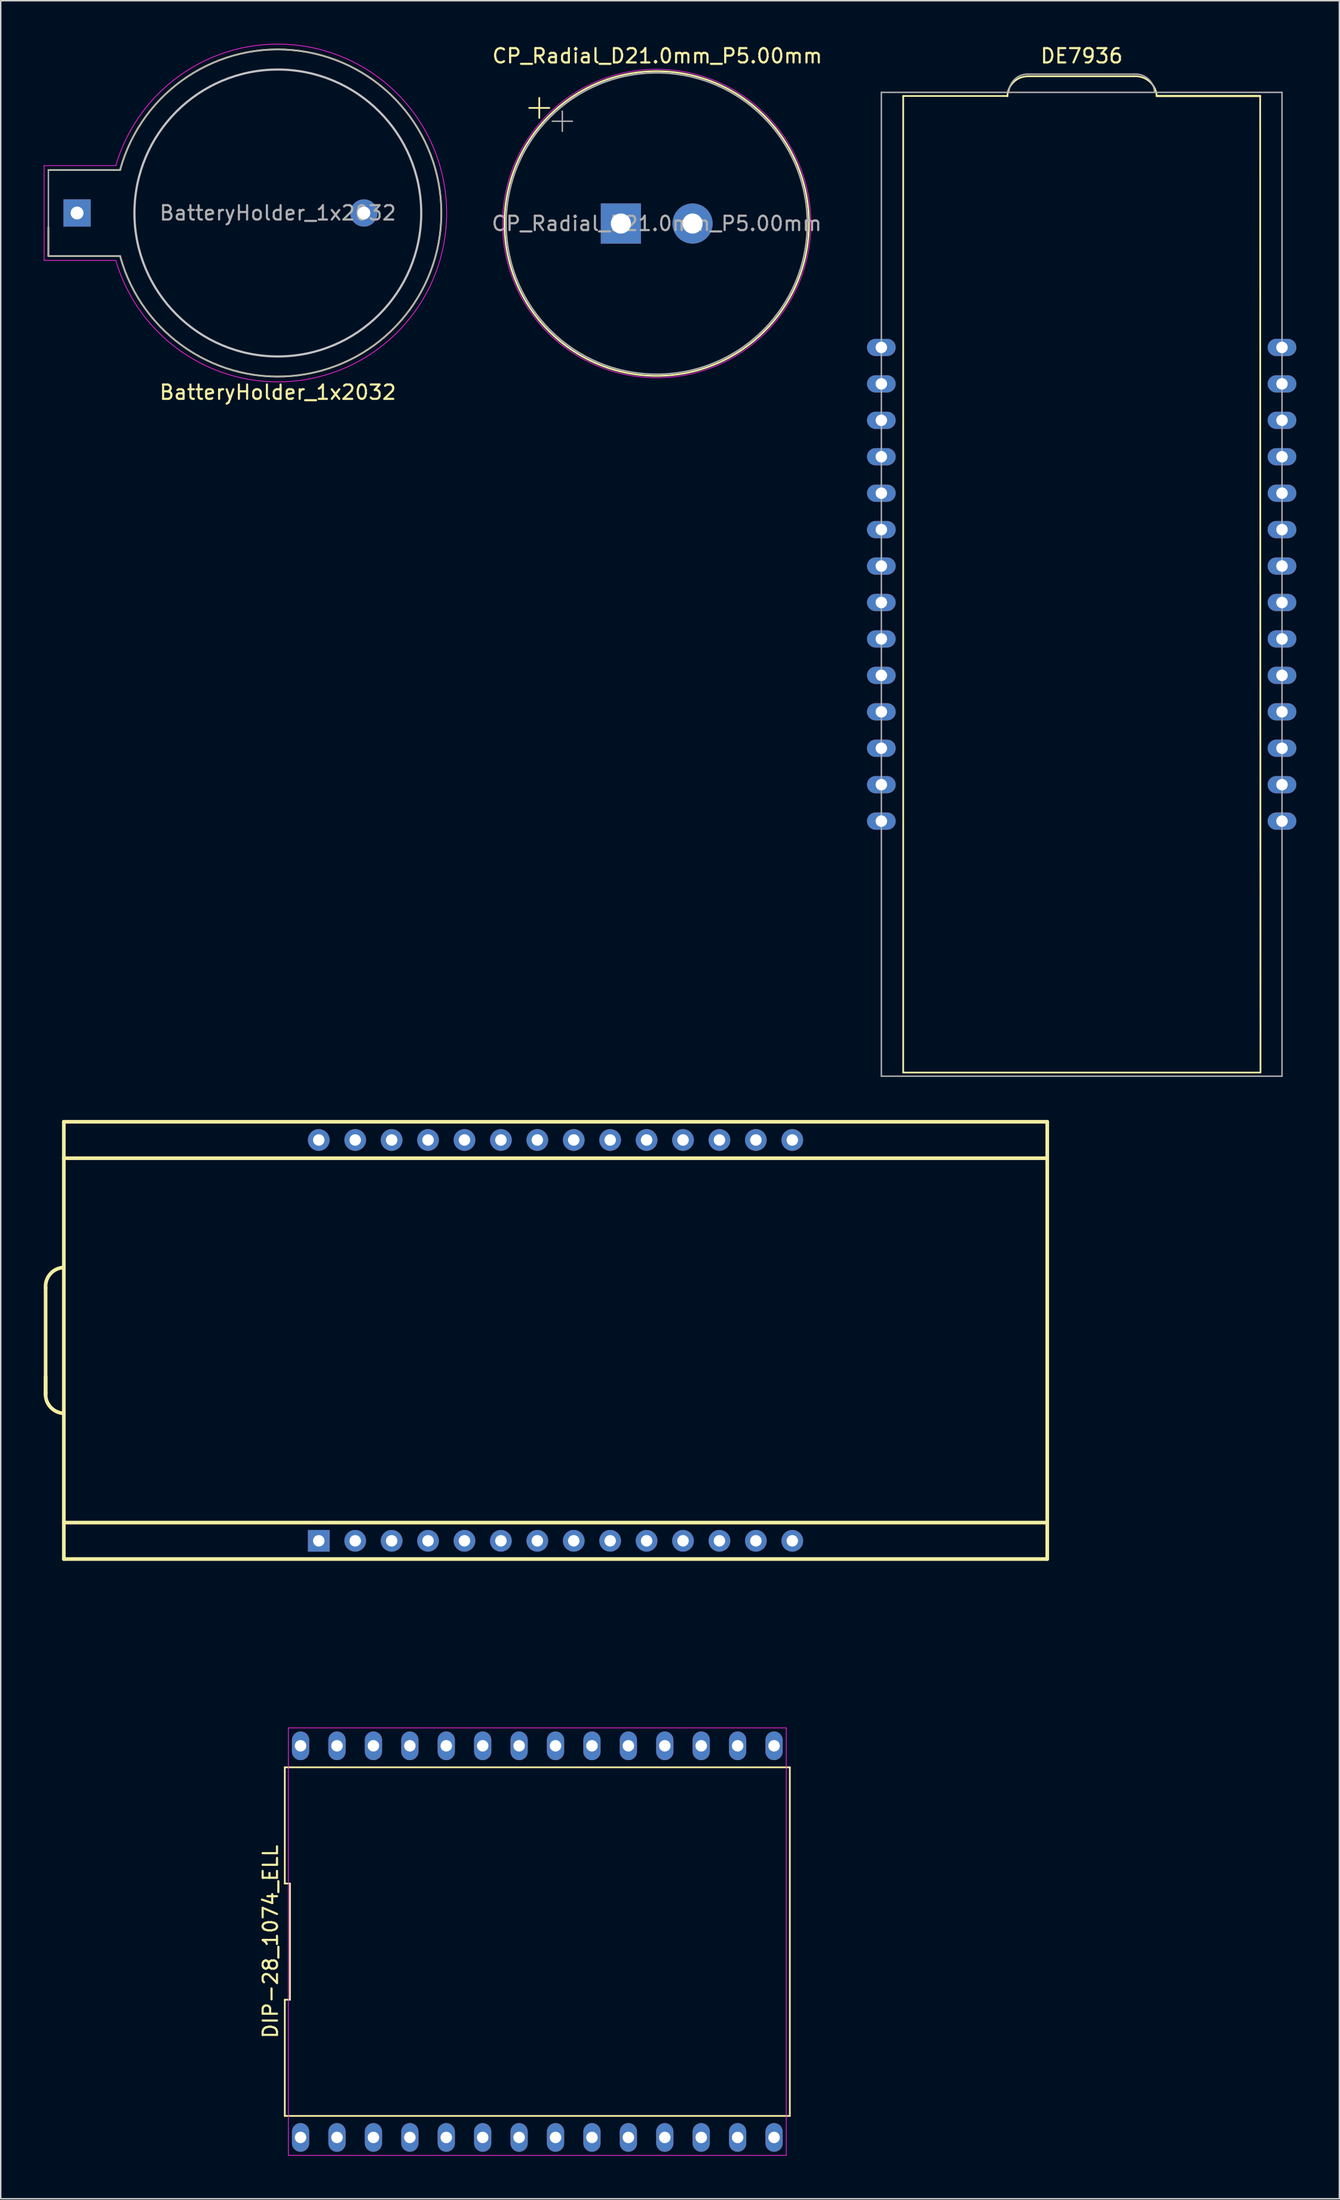
<source format=kicad_pcb>
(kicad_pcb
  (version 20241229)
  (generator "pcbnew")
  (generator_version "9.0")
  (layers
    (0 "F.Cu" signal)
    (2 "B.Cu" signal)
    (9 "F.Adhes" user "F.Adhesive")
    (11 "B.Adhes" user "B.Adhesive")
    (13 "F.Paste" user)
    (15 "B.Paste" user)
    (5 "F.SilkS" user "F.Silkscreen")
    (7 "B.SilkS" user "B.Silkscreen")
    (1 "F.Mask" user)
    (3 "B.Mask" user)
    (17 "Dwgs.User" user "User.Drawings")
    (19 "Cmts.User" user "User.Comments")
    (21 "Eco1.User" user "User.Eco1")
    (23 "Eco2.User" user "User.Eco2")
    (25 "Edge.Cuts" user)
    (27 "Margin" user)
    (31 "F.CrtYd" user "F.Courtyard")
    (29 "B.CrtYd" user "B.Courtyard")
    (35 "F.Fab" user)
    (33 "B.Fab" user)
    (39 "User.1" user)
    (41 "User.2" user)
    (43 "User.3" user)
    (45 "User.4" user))
  (footprint "CP_Radial_D21.0mm_P5.00mm"
    (layer "F.Cu")
    (at 40.247 12.532)
    (property "Reference" "CP_Radial_D21.0mm_P5.00mm" (at 2.54 -11.684 0) (layer "F.SilkS") (effects (font (size 1 1) (thickness 0.15))))
    (attr through_hole)
    (fp_line (start -6.39 -8.059) (end -4.99 -8.059) (stroke (width 0.12) (type solid)) (layer "F.SilkS"))
    (fp_line (start -5.69 -8.759) (end -5.69 -7.359) (stroke (width 0.12) (type solid)) (layer "F.SilkS"))
    (fp_circle (center 2.5 0) (end 13.12 0) (stroke (width 0.12) (type solid)) (fill no) (layer "F.SilkS"))
    (fp_circle (center 2.5 0) (end 13.25 0) (stroke (width 0.05) (type solid)) (fill no) (layer "F.CrtYd"))
    (fp_line (start -4.783 -7.131) (end -3.383 -7.131) (stroke (width 0.1) (type solid)) (layer "F.Fab"))
    (fp_line (start -4.083 -7.832) (end -4.083 -6.431) (stroke (width 0.1) (type solid)) (layer "F.Fab"))
    (fp_circle (center 2.5 0) (end 13 0) (stroke (width 0.1) (type solid)) (fill no) (layer "F.Fab"))
    (fp_text user "${REFERENCE}" (at 2.5 0 0) (layer "F.Fab") (effects (font (size 1 1) (thickness 0.15))))
    (pad "1" thru_hole rect (at 0 0) (size 2.8 2.8) (drill 1.4) (layers "*.Cu" "*.Mask"))
    (pad "2" thru_hole circle (at 5 0) (size 2.8 2.8) (drill 1.4) (layers "*.Cu" "*.Mask")))
  (footprint "BatteryHolder_1x2032"
    (layer "F.Cu")
    (at 16.325 11.797)
    (property "Reference" "BatteryHolder_1x2032" (at 0 12.5 0) (layer "F.SilkS") (effects (font (size 1 1) (thickness 0.15))))
    (attr smd)
    (fp_line (start -16 -3) (end -11 -3) (stroke (width 0.12) (type solid)) (layer "F.SilkS"))
    (fp_line (start -16 3) (end -16 1) (stroke (width 0.12) (type solid)) (layer "F.SilkS"))
    (fp_line (start -11 3) (end -16 3) (stroke (width 0.12) (type solid)) (layer "F.SilkS"))
    (fp_arc (start -11 -3) (mid 11.401754 0) (end -11 3) (stroke (width 0.12) (type solid)) (layer "F.SilkS"))
    (fp_circle (center 0 0) (end 10 0) (stroke (width 0.15) (type solid)) (fill no) (layer "Dwgs.User"))
    (fp_line (start -16.3 -3.3) (end -16.3 3.3) (stroke (width 0.05) (type solid)) (layer "F.CrtYd"))
    (fp_line (start -16.3 -3.3) (end -11.3 -3.3) (stroke (width 0.05) (type solid)) (layer "F.CrtYd"))
    (fp_line (start -16.3 3.3) (end -11.3 3.3) (stroke (width 0.05) (type solid)) (layer "F.CrtYd"))
    (fp_arc (start -11.3 -3.3) (mid 11.772001 0) (end -11.3 3.3) (stroke (width 0.05) (type solid)) (layer "F.CrtYd"))
    (fp_line (start -16 -3) (end -16 3) (stroke (width 0.1) (type solid)) (layer "F.Fab"))
    (fp_line (start -16 -3) (end -11 -3) (stroke (width 0.1) (type solid)) (layer "F.Fab"))
    (fp_line (start -16 3) (end -11 3) (stroke (width 0.1) (type solid)) (layer "F.Fab"))
    (fp_arc (start -11 -3) (mid 11.401754 0) (end -11 3) (stroke (width 0.1) (type solid)) (layer "F.Fab"))
    (fp_text user "${REFERENCE}" (at 0 0 0) (layer "F.Fab") (effects (font (size 1 1) (thickness 0.15))))
    (pad "1" thru_hole rect (at -14 0) (size 1.9 1.9) (drill 0.9) (layers "*.Cu" "*.Mask"))
    (pad "2" thru_hole circle (at 6 0) (size 1.9 1.9) (drill 0.9) (layers "*.Cu" "*.Mask")))
  (footprint "DE7936"
    (layer "F.Cu")
    (at 58.412 21.168)
    (property "Reference" "DE7936" (at 13.97 -20.32 0) (layer "F.SilkS") (effects (font (size 1 1) (thickness 0.15))))
    (attr through_hole)
    (fp_line (start 1.524 -17.526) (end 1.524 50.546) (stroke (width 0.12) (type solid)) (layer "F.SilkS"))
    (fp_line (start 1.524 50.546) (end 26.416 50.546) (stroke (width 0.12) (type solid)) (layer "F.SilkS"))
    (fp_line (start 8.8 -17.526) (end 1.524 -17.526) (stroke (width 0.12) (type solid)) (layer "F.SilkS"))
    (fp_line (start 10.2 -18.9) (end 17.63 -18.9) (stroke (width 0.12) (type solid)) (layer "F.SilkS"))
    (fp_line (start 19.2 -17.526) (end 26.416 -17.526) (stroke (width 0.15) (type solid)) (layer "F.SilkS"))
    (fp_line (start 26.44 50.546) (end 26.416 -17.526) (stroke (width 0.12) (type solid)) (layer "F.SilkS"))
    (fp_arc (start 8.790822 -17.503666) (mid 9.211147 -18.488712) (end 10.2 -18.9) (stroke (width 0.12) (type solid)) (layer "F.SilkS"))
    (fp_arc (start 17.6301 -18.9) (mid 18.697272 -18.542805) (end 19.203266 -17.537612) (stroke (width 0.12) (type solid)) (layer "F.SilkS"))
    (fp_line (start 0 50.8) (end 0 -17.78) (stroke (width 0.1) (type solid)) (layer "F.Fab"))
    (fp_line (start 0 50.8) (end 27.94 50.8) (stroke (width 0.1) (type solid)) (layer "F.Fab"))
    (fp_line (start 10.31 -19.05) (end 17.63 -19.05) (stroke (width 0.1) (type solid)) (layer "F.Fab"))
    (fp_line (start 27.94 -17.78) (end 0 -17.78) (stroke (width 0.1) (type solid)) (layer "F.Fab"))
    (fp_line (start 27.94 -17.78) (end 27.94 50.8) (stroke (width 0.1) (type solid)) (layer "F.Fab"))
    (fp_arc (start 8.89 -17.8301) (mid 9.3473 -18.734121) (end 10.3099 -19.05) (stroke (width 0.1) (type solid)) (layer "F.Fab"))
    (fp_arc (start 17.6301 -19.05) (mid 18.5927 -18.734121) (end 19.05 -17.8301) (stroke (width 0.1) (type solid)) (layer "F.Fab"))
    (pad "1" thru_hole oval (at 0 0 270) (size 1.2 2) (drill 0.8) (layers "*.Cu" "*.Mask"))
    (pad "2" thru_hole oval (at 0 2.54 270) (size 1.2 2) (drill 0.8) (layers "*.Cu" "*.Mask"))
    (pad "3" thru_hole oval (at 0 5.08 270) (size 1.2 2) (drill 0.8) (layers "*.Cu" "*.Mask"))
    (pad "4" thru_hole oval (at 0 7.62 270) (size 1.2 2) (drill 0.8) (layers "*.Cu" "*.Mask"))
    (pad "5" thru_hole oval (at 0 10.16 270) (size 1.2 2) (drill 0.8) (layers "*.Cu" "*.Mask"))
    (pad "6" thru_hole oval (at 0 12.7 270) (size 1.2 2) (drill 0.8) (layers "*.Cu" "*.Mask"))
    (pad "7" thru_hole oval (at 0 15.24 270) (size 1.2 2) (drill 0.8) (layers "*.Cu" "*.Mask"))
    (pad "8" thru_hole oval (at 0 17.78 270) (size 1.2 2) (drill 0.8) (layers "*.Cu" "*.Mask"))
    (pad "9" thru_hole oval (at 0 20.32 270) (size 1.2 2) (drill 0.8) (layers "*.Cu" "*.Mask"))
    (pad "10" thru_hole oval (at 0 22.86 270) (size 1.2 2) (drill 0.8) (layers "*.Cu" "*.Mask"))
    (pad "11" thru_hole oval (at 0 25.4 270) (size 1.2 2) (drill 0.8) (layers "*.Cu" "*.Mask"))
    (pad "12" thru_hole oval (at 0 27.94 270) (size 1.2 2) (drill 0.8) (layers "*.Cu" "*.Mask"))
    (pad "13" thru_hole oval (at 0 30.48 270) (size 1.2 2) (drill 0.8) (layers "*.Cu" "*.Mask"))
    (pad "14" thru_hole oval (at 0 33.02 270) (size 1.2 2) (drill 0.8) (layers "*.Cu" "*.Mask"))
    (pad "15" thru_hole oval (at 27.94 33.02 270) (size 1.2 2) (drill 0.8) (layers "*.Cu" "*.Mask"))
    (pad "16" thru_hole oval (at 27.94 30.48 270) (size 1.2 2) (drill 0.8) (layers "*.Cu" "*.Mask"))
    (pad "17" thru_hole oval (at 27.94 27.94 270) (size 1.2 2) (drill 0.8) (layers "*.Cu" "*.Mask"))
    (pad "18" thru_hole oval (at 27.94 25.4 270) (size 1.2 2) (drill 0.8) (layers "*.Cu" "*.Mask"))
    (pad "19" thru_hole oval (at 27.94 22.86 270) (size 1.2 2) (drill 0.8) (layers "*.Cu" "*.Mask"))
    (pad "20" thru_hole oval (at 27.94 20.32 270) (size 1.2 2) (drill 0.8) (layers "*.Cu" "*.Mask"))
    (pad "21" thru_hole oval (at 27.94 17.78 270) (size 1.2 2) (drill 0.8) (layers "*.Cu" "*.Mask"))
    (pad "22" thru_hole oval (at 27.94 15.24 270) (size 1.2 2) (drill 0.8) (layers "*.Cu" "*.Mask"))
    (pad "23" thru_hole oval (at 27.94 12.7 270) (size 1.2 2) (drill 0.8) (layers "*.Cu" "*.Mask"))
    (pad "24" thru_hole oval (at 27.94 10.16 270) (size 1.2 2) (drill 0.8) (layers "*.Cu" "*.Mask"))
    (pad "25" thru_hole oval (at 27.94 7.62 270) (size 1.2 2) (drill 0.8) (layers "*.Cu" "*.Mask"))
    (pad "26" thru_hole oval (at 27.94 5.08 270) (size 1.2 2) (drill 0.8) (layers "*.Cu" "*.Mask"))
    (pad "27" thru_hole oval (at 27.94 2.54 270) (size 1.2 2) (drill 0.8) (layers "*.Cu" "*.Mask"))
    (pad "28" thru_hole oval (at 27.94 0 270) (size 1.2 2) (drill 0.8) (layers "*.Cu" "*.Mask")))
  (footprint "DIP-28_1074_ELL"
    (layer "F.Cu")
    (at 34.421 132.295)
    (property "Reference" "DIP-28_1074_ELL" (at -18.61 0 90) (layer "F.SilkS") (effects (font (size 1 1) (thickness 0.15))))
    (attr through_hole)
    (fp_line (start -34.29 -38.25) (end -34.29 -45.57) (stroke (width 0.254) (type solid)) (layer "F.SilkS"))
    (fp_line (start -34.29 -38.1) (end -34.29 -39.37) (stroke (width 0.254) (type solid)) (layer "F.SilkS"))
    (fp_line (start -33.02 -57.15) (end 35.56 -57.15) (stroke (width 0.254) (type solid)) (layer "F.SilkS"))
    (fp_line (start -33.02 -54.61) (end -33.02 -57.15) (stroke (width 0.254) (type solid)) (layer "F.SilkS"))
    (fp_line (start -33.02 -54.61) (end -33.02 -29.21) (stroke (width 0.254) (type solid)) (layer "F.SilkS"))
    (fp_line (start -33.02 -29.21) (end 35.56 -29.21) (stroke (width 0.254) (type solid)) (layer "F.SilkS"))
    (fp_line (start -33.02 -26.67) (end -33.02 -29.21) (stroke (width 0.254) (type solid)) (layer "F.SilkS"))
    (fp_line (start -17.61 -12.15) (end -17.61 -4.05) (stroke (width 0.12) (type solid)) (layer "F.SilkS"))
    (fp_line (start -17.61 -4.05) (end -17.25 -4.05) (stroke (width 0.12) (type solid)) (layer "F.SilkS"))
    (fp_line (start -17.61 4.05) (end -17.61 12.15) (stroke (width 0.12) (type solid)) (layer "F.SilkS"))
    (fp_line (start -17.61 12.15) (end 17.61 12.15) (stroke (width 0.12) (type solid)) (layer "F.SilkS"))
    (fp_line (start -17.25 -4.05) (end -17.25 4.05) (stroke (width 0.12) (type solid)) (layer "F.SilkS"))
    (fp_line (start -17.25 4.05) (end -17.61 4.05) (stroke (width 0.12) (type solid)) (layer "F.SilkS"))
    (fp_line (start 17.61 -12.15) (end -17.61 -12.15) (stroke (width 0.12) (type solid)) (layer "F.SilkS"))
    (fp_line (start 17.61 12.15) (end 17.61 -12.15) (stroke (width 0.12) (type solid)) (layer "F.SilkS"))
    (fp_line (start 35.56 -57.15) (end 35.56 -54.61) (stroke (width 0.254) (type solid)) (layer "F.SilkS"))
    (fp_line (start 35.56 -54.61) (end -33.02 -54.61) (stroke (width 0.254) (type solid)) (layer "F.SilkS"))
    (fp_line (start 35.56 -29.21) (end 35.56 -54.61) (stroke (width 0.254) (type solid)) (layer "F.SilkS"))
    (fp_line (start 35.56 -29.21) (end 35.56 -26.67) (stroke (width 0.254) (type solid)) (layer "F.SilkS"))
    (fp_line (start 35.56 -26.67) (end -33.02 -26.67) (stroke (width 0.254) (type solid)) (layer "F.SilkS"))
    (fp_arc (start -34.29 -45.5701) (mid -33.974121 -46.5327) (end -33.0701 -46.99) (stroke (width 0.254) (type solid)) (layer "F.SilkS"))
    (fp_arc (start -33.0701 -36.83) (mid -33.974121 -37.2873) (end -34.29 -38.2499) (stroke (width 0.254) (type solid)) (layer "F.SilkS"))
    (fp_line (start -17.36 -14.9) (end 17.36 -14.9) (stroke (width 0.05) (type solid)) (layer "F.CrtYd"))
    (fp_line (start -17.36 14.9) (end -17.36 -14.9) (stroke (width 0.05) (type solid)) (layer "F.CrtYd"))
    (fp_line (start 17.36 -14.9) (end 17.36 14.9) (stroke (width 0.05) (type solid)) (layer "F.CrtYd"))
    (fp_line (start 17.36 14.9) (end -17.36 14.9) (stroke (width 0.05) (type solid)) (layer "F.CrtYd"))
    (pad "1" thru_hole oval (at -16.51 13.65) (size 1.2 2) (drill 0.8) (layers "*.Cu" "*.Mask"))
    (pad "1" thru_hole rect (at -15.24 -27.94 90) (size 1.511 1.511) (drill 0.8) (layers "*.Cu" "*.Mask"))
    (pad "2" thru_hole oval (at -13.97 13.65) (size 1.2 2) (drill 0.8) (layers "*.Cu" "*.Mask"))
    (pad "2" thru_hole circle (at -12.7 -27.94 90) (size 1.511 1.511) (drill 0.8) (layers "*.Cu" "*.Mask"))
    (pad "3" thru_hole oval (at -11.43 13.65) (size 1.2 2) (drill 0.8) (layers "*.Cu" "*.Mask"))
    (pad "3" thru_hole circle (at -10.16 -27.94 90) (size 1.511 1.511) (drill 0.8) (layers "*.Cu" "*.Mask"))
    (pad "4" thru_hole oval (at -8.89 13.65) (size 1.2 2) (drill 0.8) (layers "*.Cu" "*.Mask"))
    (pad "4" thru_hole circle (at -7.62 -27.94 90) (size 1.511 1.511) (drill 0.8) (layers "*.Cu" "*.Mask"))
    (pad "5" thru_hole oval (at -6.35 13.65) (size 1.2 2) (drill 0.8) (layers "*.Cu" "*.Mask"))
    (pad "5" thru_hole circle (at -5.08 -27.94 90) (size 1.511 1.511) (drill 0.8) (layers "*.Cu" "*.Mask"))
    (pad "6" thru_hole oval (at -3.81 13.65) (size 1.2 2) (drill 0.8) (layers "*.Cu" "*.Mask"))
    (pad "6" thru_hole circle (at -2.54 -27.94 90) (size 1.511 1.511) (drill 0.8) (layers "*.Cu" "*.Mask"))
    (pad "7" thru_hole oval (at -1.27 13.65) (size 1.2 2) (drill 0.8) (layers "*.Cu" "*.Mask"))
    (pad "7" thru_hole circle (at 0 -27.94 90) (size 1.511 1.511) (drill 0.8) (layers "*.Cu" "*.Mask"))
    (pad "8" thru_hole oval (at 1.27 13.65) (size 1.2 2) (drill 0.8) (layers "*.Cu" "*.Mask"))
    (pad "8" thru_hole circle (at 2.54 -27.94 90) (size 1.511 1.511) (drill 0.8) (layers "*.Cu" "*.Mask"))
    (pad "9" thru_hole oval (at 3.81 13.65) (size 1.2 2) (drill 0.8) (layers "*.Cu" "*.Mask"))
    (pad "9" thru_hole circle (at 5.08 -27.94 90) (size 1.511 1.511) (drill 0.8) (layers "*.Cu" "*.Mask"))
    (pad "10" thru_hole oval (at 6.35 13.65) (size 1.2 2) (drill 0.8) (layers "*.Cu" "*.Mask"))
    (pad "10" thru_hole circle (at 7.62 -27.94 90) (size 1.511 1.511) (drill 0.8) (layers "*.Cu" "*.Mask"))
    (pad "11" thru_hole oval (at 8.89 13.65) (size 1.2 2) (drill 0.8) (layers "*.Cu" "*.Mask"))
    (pad "11" thru_hole circle (at 10.16 -27.94 90) (size 1.511 1.511) (drill 0.8) (layers "*.Cu" "*.Mask"))
    (pad "12" thru_hole oval (at 11.43 13.65) (size 1.2 2) (drill 0.8) (layers "*.Cu" "*.Mask"))
    (pad "12" thru_hole circle (at 12.7 -27.94 90) (size 1.511 1.511) (drill 0.8) (layers "*.Cu" "*.Mask"))
    (pad "13" thru_hole oval (at 13.97 13.65) (size 1.2 2) (drill 0.8) (layers "*.Cu" "*.Mask"))
    (pad "13" thru_hole circle (at 15.24 -27.94 90) (size 1.511 1.511) (drill 0.8) (layers "*.Cu" "*.Mask"))
    (pad "14" thru_hole oval (at 16.51 13.65) (size 1.2 2) (drill 0.8) (layers "*.Cu" "*.Mask"))
    (pad "14" thru_hole circle (at 17.78 -27.94 90) (size 1.511 1.511) (drill 0.8) (layers "*.Cu" "*.Mask"))
    (pad "15" thru_hole oval (at 16.51 -13.65) (size 1.2 2) (drill 0.8) (layers "*.Cu" "*.Mask"))
    (pad "15" thru_hole circle (at 17.78 -55.88 90) (size 1.511 1.511) (drill 0.8) (layers "*.Cu" "*.Mask"))
    (pad "16" thru_hole oval (at 13.97 -13.65) (size 1.2 2) (drill 0.8) (layers "*.Cu" "*.Mask"))
    (pad "16" thru_hole circle (at 15.24 -55.88 90) (size 1.511 1.511) (drill 0.8) (layers "*.Cu" "*.Mask"))
    (pad "17" thru_hole oval (at 11.43 -13.65) (size 1.2 2) (drill 0.8) (layers "*.Cu" "*.Mask"))
    (pad "17" thru_hole circle (at 12.7 -55.88 90) (size 1.511 1.511) (drill 0.8) (layers "*.Cu" "*.Mask"))
    (pad "18" thru_hole oval (at 8.89 -13.65) (size 1.2 2) (drill 0.8) (layers "*.Cu" "*.Mask"))
    (pad "18" thru_hole circle (at 10.16 -55.88 90) (size 1.511 1.511) (drill 0.8) (layers "*.Cu" "*.Mask"))
    (pad "19" thru_hole oval (at 6.35 -13.65) (size 1.2 2) (drill 0.8) (layers "*.Cu" "*.Mask"))
    (pad "19" thru_hole circle (at 7.62 -55.88 90) (size 1.511 1.511) (drill 0.8) (layers "*.Cu" "*.Mask"))
    (pad "20" thru_hole oval (at 3.81 -13.65) (size 1.2 2) (drill 0.8) (layers "*.Cu" "*.Mask"))
    (pad "20" thru_hole circle (at 5.08 -55.88 90) (size 1.511 1.511) (drill 0.8) (layers "*.Cu" "*.Mask"))
    (pad "21" thru_hole oval (at 1.27 -13.65) (size 1.2 2) (drill 0.8) (layers "*.Cu" "*.Mask"))
    (pad "21" thru_hole circle (at 2.54 -55.88 90) (size 1.511 1.511) (drill 0.8) (layers "*.Cu" "*.Mask"))
    (pad "22" thru_hole oval (at -1.27 -13.65) (size 1.2 2) (drill 0.8) (layers "*.Cu" "*.Mask"))
    (pad "22" thru_hole circle (at 0 -55.88 90) (size 1.511 1.511) (drill 0.8) (layers "*.Cu" "*.Mask"))
    (pad "23" thru_hole oval (at -3.81 -13.65) (size 1.2 2) (drill 0.8) (layers "*.Cu" "*.Mask"))
    (pad "23" thru_hole circle (at -2.54 -55.88 90) (size 1.511 1.511) (drill 0.8) (layers "*.Cu" "*.Mask"))
    (pad "24" thru_hole oval (at -6.35 -13.65) (size 1.2 2) (drill 0.8) (layers "*.Cu" "*.Mask"))
    (pad "24" thru_hole circle (at -5.08 -55.88 90) (size 1.511 1.511) (drill 0.8) (layers "*.Cu" "*.Mask"))
    (pad "25" thru_hole oval (at -8.89 -13.65) (size 1.2 2) (drill 0.8) (layers "*.Cu" "*.Mask"))
    (pad "25" thru_hole circle (at -7.62 -55.88 90) (size 1.511 1.511) (drill 0.8) (layers "*.Cu" "*.Mask"))
    (pad "26" thru_hole oval (at -11.43 -13.65) (size 1.2 2) (drill 0.8) (layers "*.Cu" "*.Mask"))
    (pad "26" thru_hole circle (at -10.16 -55.88 90) (size 1.511 1.511) (drill 0.8) (layers "*.Cu" "*.Mask"))
    (pad "27" thru_hole oval (at -13.97 -13.65) (size 1.2 2) (drill 0.8) (layers "*.Cu" "*.Mask"))
    (pad "27" thru_hole circle (at -12.7 -55.88 90) (size 1.511 1.511) (drill 0.8) (layers "*.Cu" "*.Mask"))
    (pad "28" thru_hole oval (at -16.51 -13.65) (size 1.2 2) (drill 0.8) (layers "*.Cu" "*.Mask"))
    (pad "28" thru_hole circle (at -15.24 -55.88 90) (size 1.511 1.511) (drill 0.8) (layers "*.Cu" "*.Mask")))
  (gr_rect
    (start -3 -3)
    (end 90.352 150.22)
    (stroke (width 0.1) (type default))
    (fill no)
    (layer "Edge.Cuts")))
</source>
